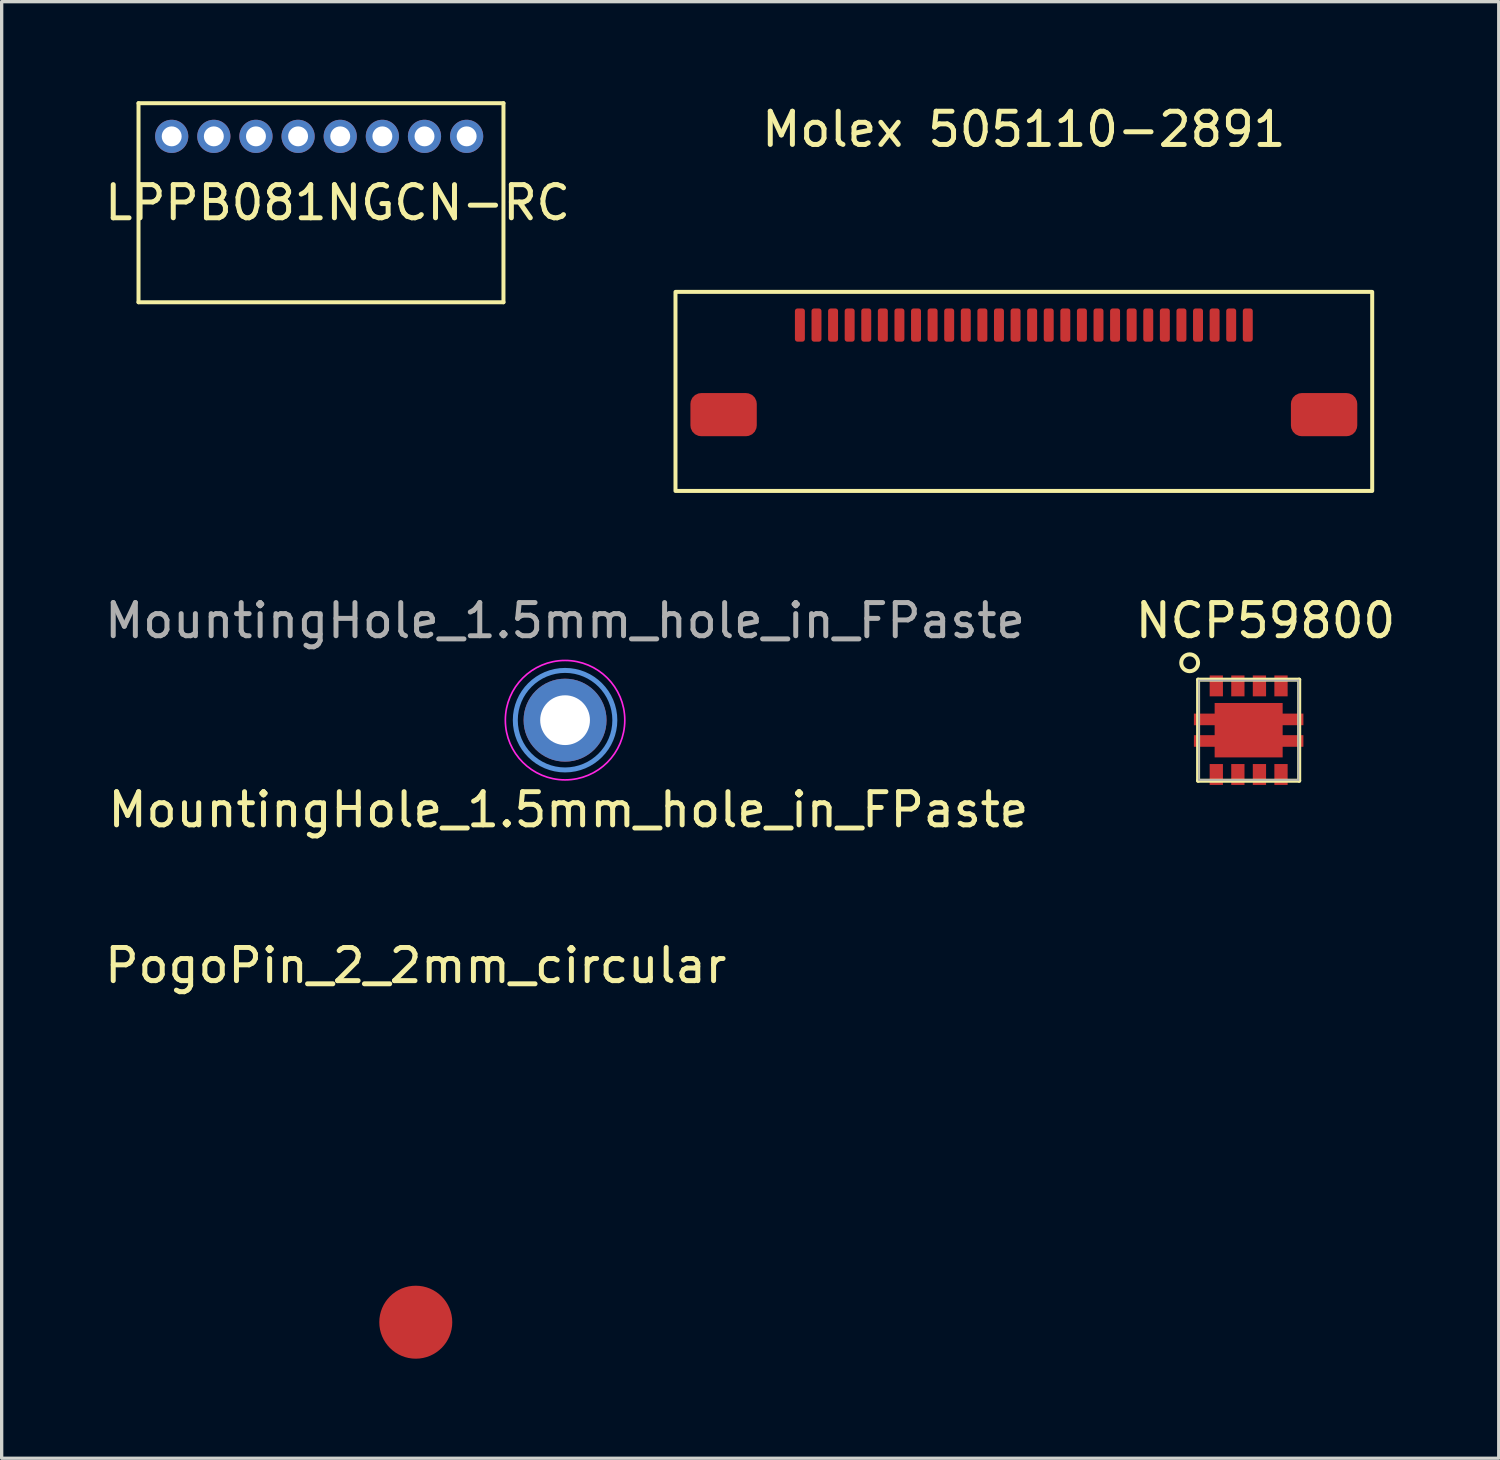
<source format=kicad_pcb>
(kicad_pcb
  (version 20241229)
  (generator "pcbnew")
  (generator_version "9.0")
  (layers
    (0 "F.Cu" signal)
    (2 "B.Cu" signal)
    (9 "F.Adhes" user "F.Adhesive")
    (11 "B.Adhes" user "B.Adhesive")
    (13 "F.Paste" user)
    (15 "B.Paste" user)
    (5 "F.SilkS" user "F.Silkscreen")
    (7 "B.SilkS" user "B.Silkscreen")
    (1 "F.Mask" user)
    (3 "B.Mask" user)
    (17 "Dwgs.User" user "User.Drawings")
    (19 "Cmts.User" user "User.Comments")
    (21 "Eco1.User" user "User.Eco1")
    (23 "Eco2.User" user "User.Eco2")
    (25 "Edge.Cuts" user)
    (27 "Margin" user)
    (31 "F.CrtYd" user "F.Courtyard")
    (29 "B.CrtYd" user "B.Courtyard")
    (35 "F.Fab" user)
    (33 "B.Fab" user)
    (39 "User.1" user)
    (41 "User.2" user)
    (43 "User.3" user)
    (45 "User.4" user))
  (footprint "NCP59800"
    (layer "F.Cu")
    (at 34.586 18.959)
    (property "Reference" "NCP59800" (at 0.508 -3.302 0) (layer "F.SilkS") (effects (font (size 1 1) (thickness 0.15))))
    (attr through_hole)
    (fp_line (start -1.524 -1.524) (end -1.524 1.524) (stroke (width 0.12) (type solid)) (layer "F.SilkS"))
    (fp_line (start -1.524 1.524) (end 1.524 1.524) (stroke (width 0.12) (type solid)) (layer "F.SilkS"))
    (fp_line (start 1.524 -1.524) (end -1.524 -1.524) (stroke (width 0.12) (type solid)) (layer "F.SilkS"))
    (fp_line (start 1.524 1.524) (end 1.524 -1.524) (stroke (width 0.12) (type solid)) (layer "F.SilkS"))
    (fp_circle (center -1.778 -2.032) (end -1.524 -2.032) (stroke (width 0.12) (type solid)) (fill no) (layer "F.SilkS"))
    (fp_line (start -1.5 -1.5) (end 1.5 -1.5) (stroke (width 0.05) (type solid)) (layer "F.Fab"))
    (fp_line (start -1.5 1.5) (end -1.5 -1.5) (stroke (width 0.05) (type solid)) (layer "F.Fab"))
    (fp_line (start -1.5 1.5) (end 1.5 1.5) (stroke (width 0.05) (type solid)) (layer "F.Fab"))
    (fp_line (start 1.5 1.5) (end 1.5 -1.5) (stroke (width 0.05) (type solid)) (layer "F.Fab"))
    (pad "1" smd rect (at -0.975 -1.335) (size 0.4 0.63) (layers "F.Cu" "F.Mask" "F.Paste"))
    (pad "2" smd rect (at -0.325 -1.335) (size 0.4 0.63) (layers "F.Cu" "F.Mask" "F.Paste"))
    (pad "3" smd rect (at 0.325 -1.335) (size 0.4 0.63) (layers "F.Cu" "F.Mask" "F.Paste"))
    (pad "4" smd rect (at 0.975 -1.335) (size 0.4 0.63) (layers "F.Cu" "F.Mask" "F.Paste"))
    (pad "5" smd rect (at 0.975 1.335) (size 0.4 0.63) (layers "F.Cu" "F.Mask" "F.Paste"))
    (pad "6" smd rect (at 0.325 1.335) (size 0.4 0.63) (layers "F.Cu" "F.Mask" "F.Paste"))
    (pad "7" smd rect (at -0.325 1.335) (size 0.4 0.63) (layers "F.Cu" "F.Mask" "F.Paste"))
    (pad "8" smd rect (at -0.975 1.335) (size 0.4 0.63) (layers "F.Cu" "F.Mask" "F.Paste"))
    (pad "9" smd custom (at 0 0) (size 0.4 0.63) (layers "F.Cu" "F.Mask" "F.Paste") (options (anchor rect)) (primitives (gr_poly (pts (xy -1.025 -0.82) (xy 1.025 -0.82) (xy 1.025 -0.5) (xy 1.65 -0.5) (xy 1.65 -0.15) (xy 1.025 -0.15) (xy 1.025 0.15) (xy 1.65 0.15) (xy 1.65 0.5) (xy 1.025 0.5) (xy 1.025 0.82) (xy -1.025 0.82) (xy -1.025 0.5) (xy -1.65 0.5) (xy -1.65 0.15) (xy -1.025 0.15) (xy -1.025 -0.15) (xy -1.65 -0.15) (xy -1.65 -0.5) (xy -1.025 -0.5)) (width 0) (fill yes)))))
  (footprint "PogoPin_2_2mm_circular"
    (layer "F.Cu")
    (at 9.482 36.803)
    (property "Reference" "PogoPin_2_2mm_circular" (at 0 -10.75 0) (layer "F.SilkS") (effects (font (size 1 1) (thickness 0.15))))
    (attr through_hole)
    (pad "1" smd circle (at 0 0) (size 2.2 2.2) (layers "F.Cu" "F.Mask" "F.Paste")))
  (footprint "Molex 505110-2891"
    (layer "F.Cu")
    (at 27.81 6.748)
    (property "Reference" "Molex 505110-2891" (at 0 -5.9 0) (unlocked yes) (layer "F.SilkS") (effects (font (size 1 1) (thickness 0.15))))
    (attr smd)
    (fp_rect (start -10.5 -1) (end 10.5 5) (stroke (width 0.12) (type solid)) (fill no) (layer "F.SilkS"))
    (pad "1" smd roundrect (at -6.75 0) (size 0.3 1) (layers "F.Cu" "F.Mask" "F.Paste") (roundrect_rratio 0.25))
    (pad "2" smd roundrect (at -6.25 0) (size 0.3 1) (layers "F.Cu" "F.Mask" "F.Paste") (roundrect_rratio 0.25))
    (pad "3" smd roundrect (at -5.75 0) (size 0.3 1) (layers "F.Cu" "F.Mask" "F.Paste") (roundrect_rratio 0.25))
    (pad "4" smd roundrect (at -5.25 0) (size 0.3 1) (layers "F.Cu" "F.Mask" "F.Paste") (roundrect_rratio 0.25))
    (pad "5" smd roundrect (at -4.75 0) (size 0.3 1) (layers "F.Cu" "F.Mask" "F.Paste") (roundrect_rratio 0.25))
    (pad "6" smd roundrect (at -4.25 0) (size 0.3 1) (layers "F.Cu" "F.Mask" "F.Paste") (roundrect_rratio 0.25))
    (pad "7" smd roundrect (at -3.75 0) (size 0.3 1) (layers "F.Cu" "F.Mask" "F.Paste") (roundrect_rratio 0.25))
    (pad "8" smd roundrect (at -3.25 0) (size 0.3 1) (layers "F.Cu" "F.Mask" "F.Paste") (roundrect_rratio 0.25))
    (pad "9" smd roundrect (at -2.75 0) (size 0.3 1) (layers "F.Cu" "F.Mask" "F.Paste") (roundrect_rratio 0.25))
    (pad "10" smd roundrect (at -2.25 0) (size 0.3 1) (layers "F.Cu" "F.Mask" "F.Paste") (roundrect_rratio 0.25))
    (pad "11" smd roundrect (at -1.75 0) (size 0.3 1) (layers "F.Cu" "F.Mask" "F.Paste") (roundrect_rratio 0.25))
    (pad "12" smd roundrect (at -1.25 0) (size 0.3 1) (layers "F.Cu" "F.Mask" "F.Paste") (roundrect_rratio 0.25))
    (pad "13" smd roundrect (at -0.75 0) (size 0.3 1) (layers "F.Cu" "F.Mask" "F.Paste") (roundrect_rratio 0.25))
    (pad "14" smd roundrect (at -0.25 0) (size 0.3 1) (layers "F.Cu" "F.Mask" "F.Paste") (roundrect_rratio 0.25))
    (pad "15" smd roundrect (at 0.25 0) (size 0.3 1) (layers "F.Cu" "F.Mask" "F.Paste") (roundrect_rratio 0.25))
    (pad "16" smd roundrect (at 0.75 0) (size 0.3 1) (layers "F.Cu" "F.Mask" "F.Paste") (roundrect_rratio 0.25))
    (pad "17" smd roundrect (at 1.25 0) (size 0.3 1) (layers "F.Cu" "F.Mask" "F.Paste") (roundrect_rratio 0.25))
    (pad "18" smd roundrect (at 1.75 0) (size 0.3 1) (layers "F.Cu" "F.Mask" "F.Paste") (roundrect_rratio 0.25))
    (pad "19" smd roundrect (at 2.25 0) (size 0.3 1) (layers "F.Cu" "F.Mask" "F.Paste") (roundrect_rratio 0.25))
    (pad "20" smd roundrect (at 2.75 0) (size 0.3 1) (layers "F.Cu" "F.Mask" "F.Paste") (roundrect_rratio 0.25))
    (pad "21" smd roundrect (at 3.25 0) (size 0.3 1) (layers "F.Cu" "F.Mask" "F.Paste") (roundrect_rratio 0.25))
    (pad "22" smd roundrect (at 3.75 0) (size 0.3 1) (layers "F.Cu" "F.Mask" "F.Paste") (roundrect_rratio 0.25))
    (pad "23" smd roundrect (at 4.25 0) (size 0.3 1) (layers "F.Cu" "F.Mask" "F.Paste") (roundrect_rratio 0.25))
    (pad "24" smd roundrect (at 4.75 0) (size 0.3 1) (layers "F.Cu" "F.Mask" "F.Paste") (roundrect_rratio 0.25))
    (pad "25" smd roundrect (at 5.25 0) (size 0.3 1) (layers "F.Cu" "F.Mask" "F.Paste") (roundrect_rratio 0.25))
    (pad "26" smd roundrect (at 5.75 0) (size 0.3 1) (layers "F.Cu" "F.Mask" "F.Paste") (roundrect_rratio 0.25))
    (pad "27" smd roundrect (at 6.25 0) (size 0.3 1) (layers "F.Cu" "F.Mask" "F.Paste") (roundrect_rratio 0.25))
    (pad "28" smd roundrect (at 6.75 0) (size 0.3 1) (layers "F.Cu" "F.Mask" "F.Paste") (roundrect_rratio 0.25))
    (pad "29" smd roundrect (at -9.05 2.7) (size 2 1.3) (layers "F.Cu" "F.Mask" "F.Paste") (roundrect_rratio 0.25))
    (pad "30" smd roundrect (at 9.05 2.7) (size 2 1.3) (layers "F.Cu" "F.Mask" "F.Paste") (roundrect_rratio 0.25)))
  (footprint "MountingHole_1.5mm_hole_in_FPaste"
    (layer "F.Cu")
    (at 13.982 18.657)
    (property "Reference" "MountingHole_1.5mm_hole_in_FPaste" (at 0.1 2.7 0) (layer "F.SilkS") (effects (font (size 1 1) (thickness 0.15))))
    (attr exclude_from_pos_files exclude_from_bom)
    (fp_circle (center 0 0) (end 0.65 0) (stroke (width 0.2) (type solid)) (fill no) (layer "F.Paste"))
    (fp_circle (center 0 0) (end 1.5 0) (stroke (width 0.15) (type solid)) (fill no) (layer "Cmts.User"))
    (fp_circle (center 0 0) (end 1.8 0) (stroke (width 0.05) (type solid)) (fill no) (layer "F.CrtYd"))
    (fp_text user "${REFERENCE}" (at 0 -3 0) (layer "F.Fab") (effects (font (size 1 1) (thickness 0.15))))
    (pad "1" thru_hole circle (at 0 0) (size 2.5 2.5) (drill 1.5) (layers "*.Cu" "*.Mask")))
  (footprint "LPPB081NGCN-RC"
    (layer "F.Cu")
    (at 6.125 1.06)
    (property "Reference" "LPPB081NGCN-RC" (at 1 2 0) (layer "F.SilkS") (effects (font (size 1 1) (thickness 0.15))))
    (attr through_hole)
    (fp_line (start -5 -1) (end -5 5) (stroke (width 0.12) (type solid)) (layer "F.SilkS"))
    (fp_line (start -5 5) (end 6 5) (stroke (width 0.12) (type solid)) (layer "F.SilkS"))
    (fp_line (start 6 -1) (end -5 -1) (stroke (width 0.12) (type solid)) (layer "F.SilkS"))
    (fp_line (start 6 5) (end 6 -1) (stroke (width 0.12) (type solid)) (layer "F.SilkS"))
    (pad "1" thru_hole circle (at -4 0) (size 1 1) (drill 0.6) (layers "*.Cu" "*.Mask"))
    (pad "2" thru_hole circle (at -2.73 0) (size 1 1) (drill 0.6) (layers "*.Cu" "*.Mask"))
    (pad "3" thru_hole circle (at -1.46 0) (size 1 1) (drill 0.6) (layers "*.Cu" "*.Mask"))
    (pad "4" thru_hole circle (at -0.19 0) (size 1 1) (drill 0.6) (layers "*.Cu" "*.Mask"))
    (pad "5" thru_hole circle (at 1.08 0) (size 1 1) (drill 0.6) (layers "*.Cu" "*.Mask"))
    (pad "6" thru_hole circle (at 2.35 0) (size 1 1) (drill 0.6) (layers "*.Cu" "*.Mask"))
    (pad "7" thru_hole circle (at 3.62 0) (size 1 1) (drill 0.6) (layers "*.Cu" "*.Mask"))
    (pad "8" thru_hole circle (at 4.89 0) (size 1 1) (drill 0.6) (layers "*.Cu" "*.Mask")))
  (gr_rect
    (start -3 -3)
    (end 42.124 40.903)
    (stroke (width 0.1) (type default))
    (fill no)
    (layer "Edge.Cuts")))
</source>
